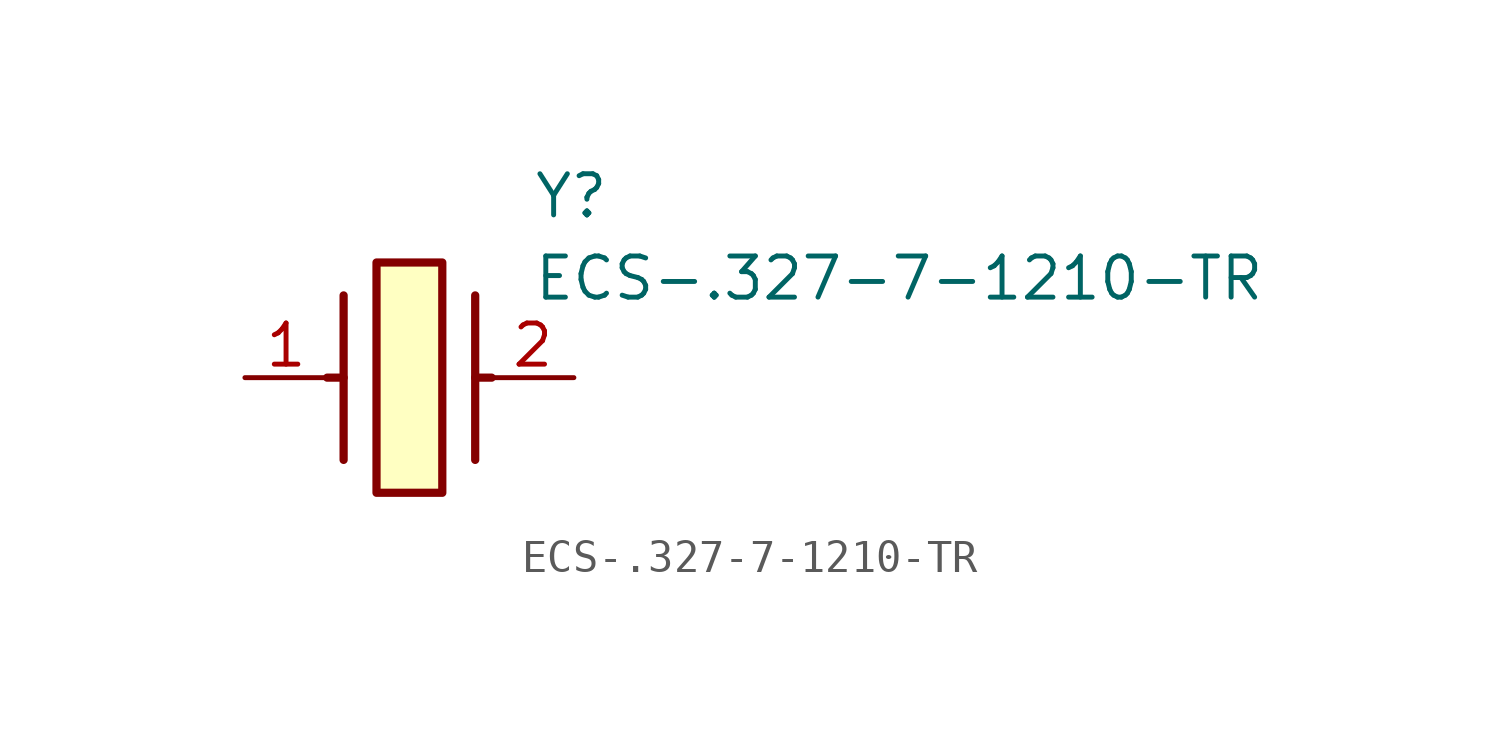
<source format=kicad_sym>
(kicad_symbol_lib
  (version 20211014)
  (generator SamacSys_ECAD_Model)
  (symbol "ECS-.327-7-1210-TR"
    (pin_names hide)
    (property "Reference" "Y"
      (at 8.89 6.35 0)
      (effects (font (size 1.27 1.27)) (justify left top)))
    (property "Value" "ECS-.327-7-1210-TR"
      (at 8.89 3.81 0)
      (effects (font (size 1.27 1.27)) (justify left top)))
    (rectangle
      (start 4.064 3.556)
      (end 6.096 -3.556)
      (stroke (width 0.254) (type default))
      (fill (type background)))
    (polyline
      (pts (xy 3.048 2.54) (xy 3.048 -2.54))
      (stroke (width 0.254) (type default))
      (fill (type none)))
    (polyline
      (pts (xy 7.112 2.54) (xy 7.112 -2.54))
      (stroke (width 0.254) (type default))
      (fill (type none)))
    (polyline
      (pts (xy 7.112 0) (xy 7.62 0))
      (stroke (width 0.254) (type default))
      (fill (type none)))
    (polyline
      (pts (xy 3.048 0) (xy 2.54 0))
      (stroke (width 0.254) (type default))
      (fill (type none)))
    (pin passive line
      (at 0 0 0)
      (length 2.54)
      (name "1" (effects (font (size 1.27 1.27))))
      (number "1" (effects (font (size 1.27 1.27)))))
    (pin passive line
      (at 10.16 0 180)
      (length 2.54)
      (name "2" (effects (font (size 1.27 1.27))))
      (number "2" (effects (font (size 1.27 1.27)))))))
</source>
